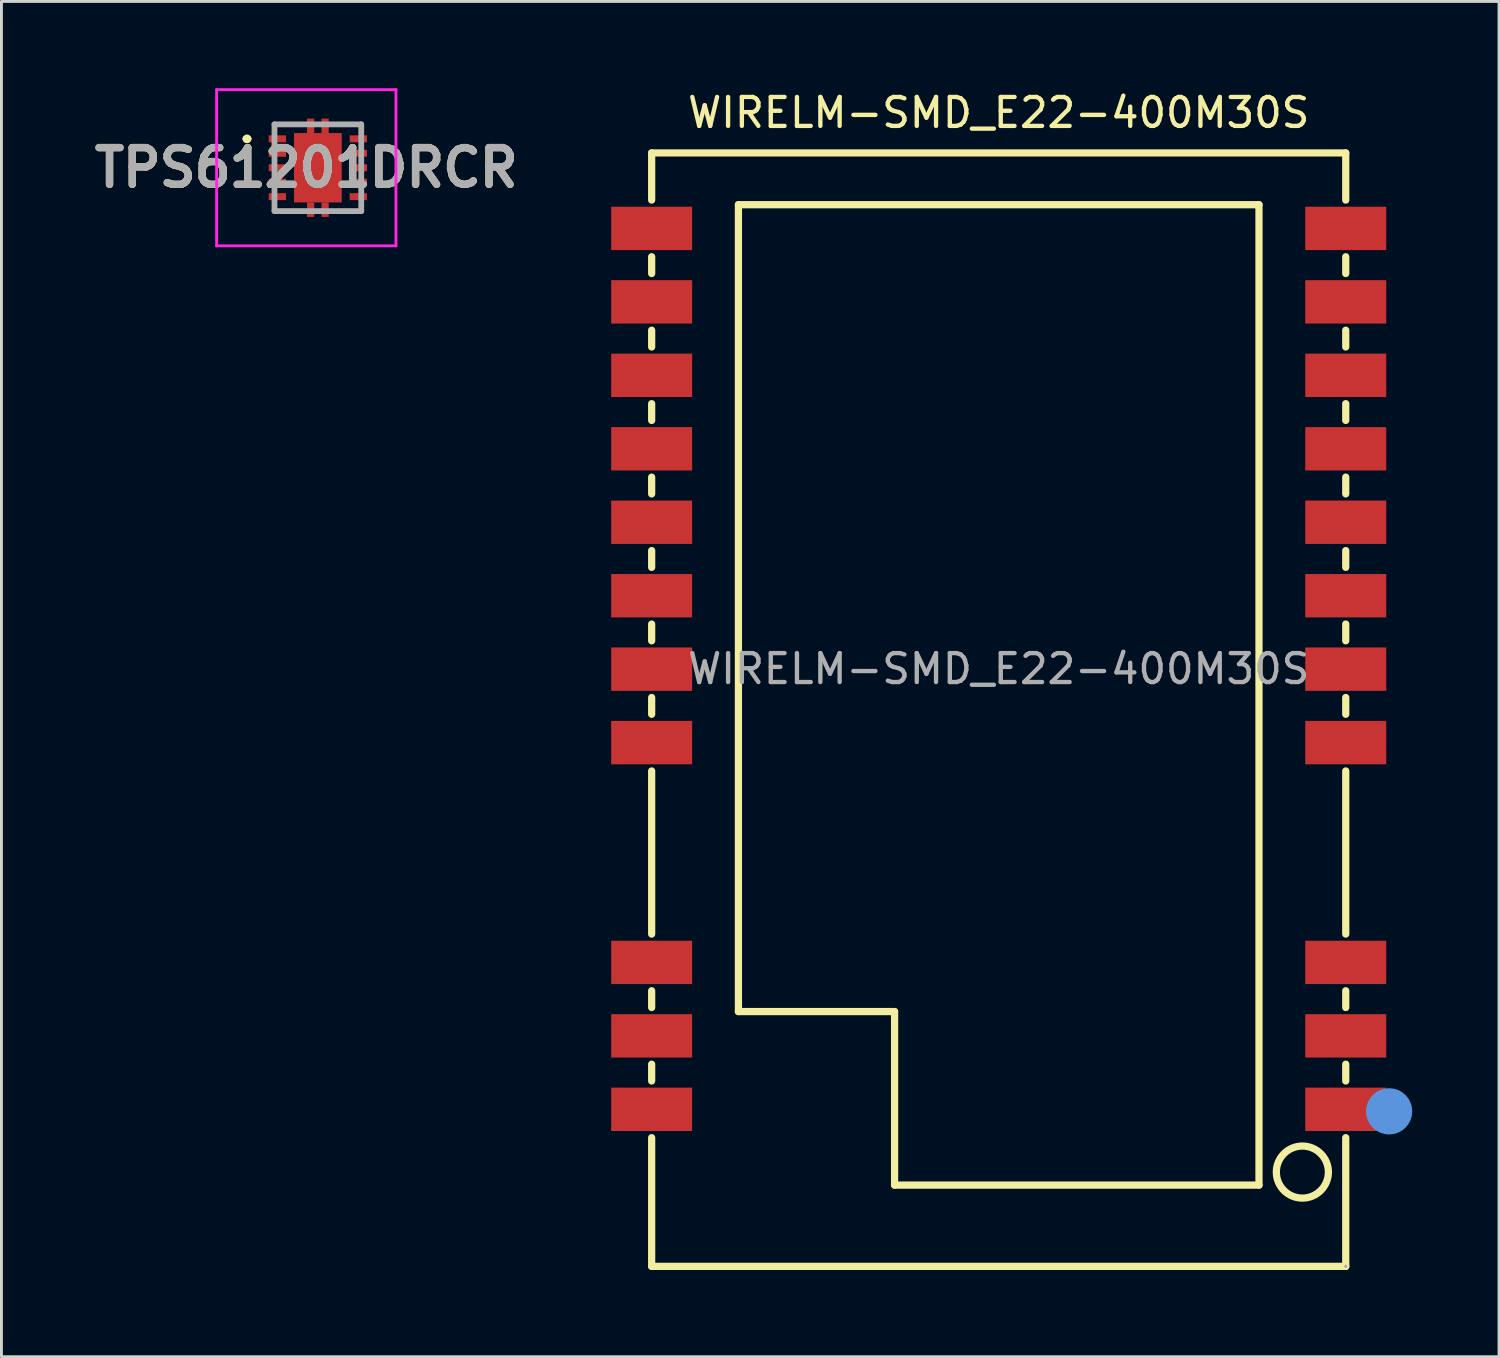
<source format=kicad_pcb>
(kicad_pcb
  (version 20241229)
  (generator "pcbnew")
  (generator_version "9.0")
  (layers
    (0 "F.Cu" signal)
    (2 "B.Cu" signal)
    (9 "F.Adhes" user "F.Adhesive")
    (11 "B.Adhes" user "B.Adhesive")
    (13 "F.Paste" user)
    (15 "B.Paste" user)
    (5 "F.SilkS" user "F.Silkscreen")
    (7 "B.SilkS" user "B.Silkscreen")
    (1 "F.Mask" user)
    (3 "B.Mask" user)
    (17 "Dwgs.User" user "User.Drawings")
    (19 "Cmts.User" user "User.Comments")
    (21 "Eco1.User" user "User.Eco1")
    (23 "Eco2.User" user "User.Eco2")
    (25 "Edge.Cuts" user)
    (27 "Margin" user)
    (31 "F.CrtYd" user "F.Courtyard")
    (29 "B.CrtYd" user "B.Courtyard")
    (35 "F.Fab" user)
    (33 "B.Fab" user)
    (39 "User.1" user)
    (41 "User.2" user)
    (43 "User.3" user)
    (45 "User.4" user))
  (footprint "TPS61201DRCR"
    (layer "F.Cu")
    (at 7.941 2.75)
    (property "Reference" "TPS61201DRCR" (at -0.4 0 0) (layer "F.SilkS") (effects (font (size 1.27 1.27) (thickness 0.254))))
    (attr smd)
    (fp_line (start -2.5 -1) (end -2.5 -1) (stroke (width 0.2) (type solid)) (layer "F.SilkS"))
    (fp_line (start -2.5 -1) (end -2.5 -1) (stroke (width 0.2) (type solid)) (layer "F.SilkS"))
    (fp_line (start -2.4 -1) (end -2.4 -1) (stroke (width 0.2) (type solid)) (layer "F.SilkS"))
    (fp_line (start -1.5 -1.5) (end -1.5 -1.5) (stroke (width 0.1) (type solid)) (layer "F.SilkS"))
    (fp_line (start -1.5 -1.5) (end -0.75 -1.5) (stroke (width 0.1) (type solid)) (layer "F.SilkS"))
    (fp_line (start -1.5 1.5) (end -1.5 1.5) (stroke (width 0.1) (type solid)) (layer "F.SilkS"))
    (fp_line (start -1.5 1.5) (end -0.75 1.5) (stroke (width 0.1) (type solid)) (layer "F.SilkS"))
    (fp_line (start -0.75 -1.5) (end -1.5 -1.5) (stroke (width 0.1) (type solid)) (layer "F.SilkS"))
    (fp_line (start -0.75 -1.5) (end -0.75 -1.5) (stroke (width 0.1) (type solid)) (layer "F.SilkS"))
    (fp_line (start -0.75 1.5) (end -1.5 1.5) (stroke (width 0.1) (type solid)) (layer "F.SilkS"))
    (fp_line (start -0.75 1.5) (end -0.75 1.5) (stroke (width 0.1) (type solid)) (layer "F.SilkS"))
    (fp_line (start 0.75 -1.5) (end 0.75 -1.5) (stroke (width 0.1) (type solid)) (layer "F.SilkS"))
    (fp_line (start 0.75 -1.5) (end 1.5 -1.5) (stroke (width 0.1) (type solid)) (layer "F.SilkS"))
    (fp_line (start 0.75 1.5) (end 0.75 1.5) (stroke (width 0.1) (type solid)) (layer "F.SilkS"))
    (fp_line (start 0.75 1.5) (end 1.5 1.5) (stroke (width 0.1) (type solid)) (layer "F.SilkS"))
    (fp_line (start 1.5 -1.5) (end 0.75 -1.5) (stroke (width 0.1) (type solid)) (layer "F.SilkS"))
    (fp_line (start 1.5 -1.5) (end 1.5 -1.5) (stroke (width 0.1) (type solid)) (layer "F.SilkS"))
    (fp_line (start 1.5 1.5) (end 0.75 1.5) (stroke (width 0.1) (type solid)) (layer "F.SilkS"))
    (fp_line (start 1.5 1.5) (end 1.5 1.5) (stroke (width 0.1) (type solid)) (layer "F.SilkS"))
    (fp_arc (start -2.5 -1) (mid -2.45 -1.05) (end -2.4 -1) (stroke (width 0.2) (type solid)) (layer "F.SilkS"))
    (fp_arc (start -2.4 -1) (mid -2.45 -0.95) (end -2.5 -1) (stroke (width 0.2) (type solid)) (layer "F.SilkS"))
    (fp_arc (start -2.4 -1) (mid -2.45 -0.95) (end -2.5 -1) (stroke (width 0.2) (type solid)) (layer "F.SilkS"))
    (fp_line (start -3.5 -2.7) (end 2.7 -2.7) (stroke (width 0.1) (type solid)) (layer "F.CrtYd"))
    (fp_line (start -3.5 2.7) (end -3.5 -2.7) (stroke (width 0.1) (type solid)) (layer "F.CrtYd"))
    (fp_line (start 2.7 -2.7) (end 2.7 2.7) (stroke (width 0.1) (type solid)) (layer "F.CrtYd"))
    (fp_line (start 2.7 2.7) (end -3.5 2.7) (stroke (width 0.1) (type solid)) (layer "F.CrtYd"))
    (fp_line (start -1.5 -1.5) (end -1.5 1.5) (stroke (width 0.2) (type solid)) (layer "F.Fab"))
    (fp_line (start -1.5 1.5) (end 1.5 1.5) (stroke (width 0.2) (type solid)) (layer "F.Fab"))
    (fp_line (start 1.5 -1.5) (end -1.5 -1.5) (stroke (width 0.2) (type solid)) (layer "F.Fab"))
    (fp_line (start 1.5 1.5) (end 1.5 -1.5) (stroke (width 0.2) (type solid)) (layer "F.Fab"))
    (fp_text user "${REFERENCE}" (at -0.4 0 0) (layer "F.Fab") (effects (font (size 1.27 1.27) (thickness 0.254))))
    (pad "1" smd rect (at -1.4 -1 90) (size 0.24 0.6) (layers "F.Cu" "F.Mask" "F.Paste"))
    (pad "2" smd rect (at -1.4 -0.5 90) (size 0.24 0.6) (layers "F.Cu" "F.Mask" "F.Paste"))
    (pad "3" smd rect (at -1.4 0 90) (size 0.24 0.6) (layers "F.Cu" "F.Mask" "F.Paste"))
    (pad "4" smd rect (at -1.4 0.5 90) (size 0.24 0.6) (layers "F.Cu" "F.Mask" "F.Paste"))
    (pad "5" smd rect (at -1.4 1 90) (size 0.24 0.6) (layers "F.Cu" "F.Mask" "F.Paste"))
    (pad "6" smd rect (at 1.4 1 90) (size 0.24 0.6) (layers "F.Cu" "F.Mask" "F.Paste"))
    (pad "7" smd rect (at 1.4 0.5 90) (size 0.24 0.6) (layers "F.Cu" "F.Mask" "F.Paste"))
    (pad "8" smd rect (at 1.4 0 90) (size 0.24 0.6) (layers "F.Cu" "F.Mask" "F.Paste"))
    (pad "9" smd rect (at 1.4 -0.5 90) (size 0.24 0.6) (layers "F.Cu" "F.Mask" "F.Paste"))
    (pad "10" smd rect (at 1.4 -1 90) (size 0.24 0.6) (layers "F.Cu" "F.Mask" "F.Paste"))
    (pad "11" smd rect (at 0 0) (size 1.65 2.4) (layers "F.Cu" "F.Mask" "F.Paste"))
    (pad "12" smd rect (at -0.25 1.45) (size 0.25 0.5) (layers "F.Cu" "F.Mask" "F.Paste"))
    (pad "13" smd rect (at 0.25 1.45) (size 0.25 0.5) (layers "F.Cu" "F.Mask" "F.Paste"))
    (pad "14" smd rect (at 0.25 -1.45) (size 0.25 0.5) (layers "F.Cu" "F.Mask" "F.Paste"))
    (pad "15" smd rect (at -0.25 -1.45) (size 0.25 0.5) (layers "F.Cu" "F.Mask" "F.Paste")))
  (footprint "WIRELM-SMD_E22-400M30S"
    (layer "F.Cu")
    (at 31.483 20.078)
    (property "Reference" "WIRELM-SMD_E22-400M30S" (at 0 -19.23 0) (layer "F.SilkS") (effects (font (size 1 1) (thickness 0.15))))
    (attr smd)
    (fp_line (start -12 -17.84) (end -12 -16.21) (stroke (width 0.25) (type solid)) (layer "F.SilkS"))
    (fp_line (start -12 -17.84) (end 12 -17.84) (stroke (width 0.25) (type solid)) (layer "F.SilkS"))
    (fp_line (start -12 -14.25) (end -12 -13.67) (stroke (width 0.25) (type solid)) (layer "F.SilkS"))
    (fp_line (start -12 -11.71) (end -12 -11.13) (stroke (width 0.25) (type solid)) (layer "F.SilkS"))
    (fp_line (start -12 -9.17) (end -12 -8.59) (stroke (width 0.25) (type solid)) (layer "F.SilkS"))
    (fp_line (start -12 -6.63) (end -12 -6.05) (stroke (width 0.25) (type solid)) (layer "F.SilkS"))
    (fp_line (start -12 -4.09) (end -12 -3.51) (stroke (width 0.25) (type solid)) (layer "F.SilkS"))
    (fp_line (start -12 -1.55) (end -12 -0.97) (stroke (width 0.25) (type solid)) (layer "F.SilkS"))
    (fp_line (start -12 0.99) (end -12 1.57) (stroke (width 0.25) (type solid)) (layer "F.SilkS"))
    (fp_line (start -12 3.53) (end -12 9.17) (stroke (width 0.25) (type solid)) (layer "F.SilkS"))
    (fp_line (start -12 11.13) (end -12 11.71) (stroke (width 0.25) (type solid)) (layer "F.SilkS"))
    (fp_line (start -12 13.67) (end -12 14.25) (stroke (width 0.25) (type solid)) (layer "F.SilkS"))
    (fp_line (start -12 16.21) (end -12 20.66) (stroke (width 0.25) (type solid)) (layer "F.SilkS"))
    (fp_line (start -12 20.66) (end 12 20.66) (stroke (width 0.25) (type solid)) (layer "F.SilkS"))
    (fp_line (start -9 -16.05) (end 9 -16.05) (stroke (width 0.25) (type solid)) (layer "F.SilkS"))
    (fp_line (start -9 11.85) (end -9 -16.05) (stroke (width 0.25) (type solid)) (layer "F.SilkS"))
    (fp_line (start -3.6 11.85) (end -9 11.85) (stroke (width 0.25) (type solid)) (layer "F.SilkS"))
    (fp_line (start -3.6 17.85) (end -3.6 11.85) (stroke (width 0.25) (type solid)) (layer "F.SilkS"))
    (fp_line (start 9 -16.05) (end 9 17.85) (stroke (width 0.25) (type solid)) (layer "F.SilkS"))
    (fp_line (start 9 17.85) (end -3.6 17.85) (stroke (width 0.25) (type solid)) (layer "F.SilkS"))
    (fp_line (start 12 -17.84) (end 12 -16.21) (stroke (width 0.25) (type solid)) (layer "F.SilkS"))
    (fp_line (start 12 -14.25) (end 12 -13.67) (stroke (width 0.25) (type solid)) (layer "F.SilkS"))
    (fp_line (start 12 -11.71) (end 12 -11.13) (stroke (width 0.25) (type solid)) (layer "F.SilkS"))
    (fp_line (start 12 -9.17) (end 12 -8.59) (stroke (width 0.25) (type solid)) (layer "F.SilkS"))
    (fp_line (start 12 -6.63) (end 12 -6.05) (stroke (width 0.25) (type solid)) (layer "F.SilkS"))
    (fp_line (start 12 -4.09) (end 12 -3.51) (stroke (width 0.25) (type solid)) (layer "F.SilkS"))
    (fp_line (start 12 -1.55) (end 12 -0.97) (stroke (width 0.25) (type solid)) (layer "F.SilkS"))
    (fp_line (start 12 0.99) (end 12 1.57) (stroke (width 0.25) (type solid)) (layer "F.SilkS"))
    (fp_line (start 12 3.53) (end 12 9.17) (stroke (width 0.25) (type solid)) (layer "F.SilkS"))
    (fp_line (start 12 11.13) (end 12 11.71) (stroke (width 0.25) (type solid)) (layer "F.SilkS"))
    (fp_line (start 12 13.67) (end 12 14.25) (stroke (width 0.25) (type solid)) (layer "F.SilkS"))
    (fp_line (start 12 16.21) (end 12 20.66) (stroke (width 0.25) (type solid)) (layer "F.SilkS"))
    (fp_circle (center 10.5 17.4) (end 11.4 17.4) (stroke (width 0.25) (type solid)) (fill no) (layer "F.SilkS"))
    (fp_circle (center 13.5 15.3) (end 13.9 15.3) (stroke (width 0.8) (type solid)) (fill no) (layer "Cmts.User"))
    (fp_circle (center 12 20.66) (end 12.03 20.66) (stroke (width 0.06) (type solid)) (fill no) (layer "F.Fab"))
    (fp_text user "${REFERENCE}" (at 0 0 0) (layer "F.Fab") (effects (font (size 1 1) (thickness 0.15))))
    (pad "1" smd rect (at 12 15.23) (size 2.8 1.5) (layers "F.Cu" "F.Mask" "F.Paste"))
    (pad "2" smd rect (at 12 12.69) (size 2.8 1.5) (layers "F.Cu" "F.Mask" "F.Paste"))
    (pad "3" smd rect (at 12 10.15) (size 2.8 1.5) (layers "F.Cu" "F.Mask" "F.Paste"))
    (pad "4" smd rect (at 12 2.55) (size 2.8 1.5) (layers "F.Cu" "F.Mask" "F.Paste"))
    (pad "5" smd rect (at 12 0.01) (size 2.8 1.5) (layers "F.Cu" "F.Mask" "F.Paste"))
    (pad "6" smd rect (at 12 -2.53) (size 2.8 1.5) (layers "F.Cu" "F.Mask" "F.Paste"))
    (pad "7" smd rect (at 12 -5.07) (size 2.8 1.5) (layers "F.Cu" "F.Mask" "F.Paste"))
    (pad "8" smd rect (at 12 -7.61) (size 2.8 1.5) (layers "F.Cu" "F.Mask" "F.Paste"))
    (pad "9" smd rect (at 12 -10.15) (size 2.8 1.5) (layers "F.Cu" "F.Mask" "F.Paste"))
    (pad "10" smd rect (at 12 -12.69) (size 2.8 1.5) (layers "F.Cu" "F.Mask" "F.Paste"))
    (pad "11" smd rect (at 12 -15.23) (size 2.8 1.5) (layers "F.Cu" "F.Mask" "F.Paste"))
    (pad "12" smd rect (at -12 -15.23) (size 2.8 1.5) (layers "F.Cu" "F.Mask" "F.Paste"))
    (pad "13" smd rect (at -12 -12.69) (size 2.8 1.5) (layers "F.Cu" "F.Mask" "F.Paste"))
    (pad "14" smd rect (at -12 -10.15) (size 2.8 1.5) (layers "F.Cu" "F.Mask" "F.Paste"))
    (pad "15" smd rect (at -12 -7.61) (size 2.8 1.5) (layers "F.Cu" "F.Mask" "F.Paste"))
    (pad "16" smd rect (at -12 -5.07) (size 2.8 1.5) (layers "F.Cu" "F.Mask" "F.Paste"))
    (pad "17" smd rect (at -12 -2.53) (size 2.8 1.5) (layers "F.Cu" "F.Mask" "F.Paste"))
    (pad "18" smd rect (at -12 0.01) (size 2.8 1.5) (layers "F.Cu" "F.Mask" "F.Paste"))
    (pad "19" smd rect (at -12 2.55) (size 2.8 1.5) (layers "F.Cu" "F.Mask" "F.Paste"))
    (pad "20" smd rect (at -12 10.15) (size 2.8 1.5) (layers "F.Cu" "F.Mask" "F.Paste"))
    (pad "21" smd rect (at -12 12.69) (size 2.8 1.5) (layers "F.Cu" "F.Mask" "F.Paste"))
    (pad "22" smd rect (at -12 15.23) (size 2.8 1.5) (layers "F.Cu" "F.Mask" "F.Paste")))
  (gr_rect
    (start -3 -3)
    (end 48.783 43.863)
    (stroke (width 0.1) (type default))
    (fill no)
    (layer "Edge.Cuts")))
</source>
